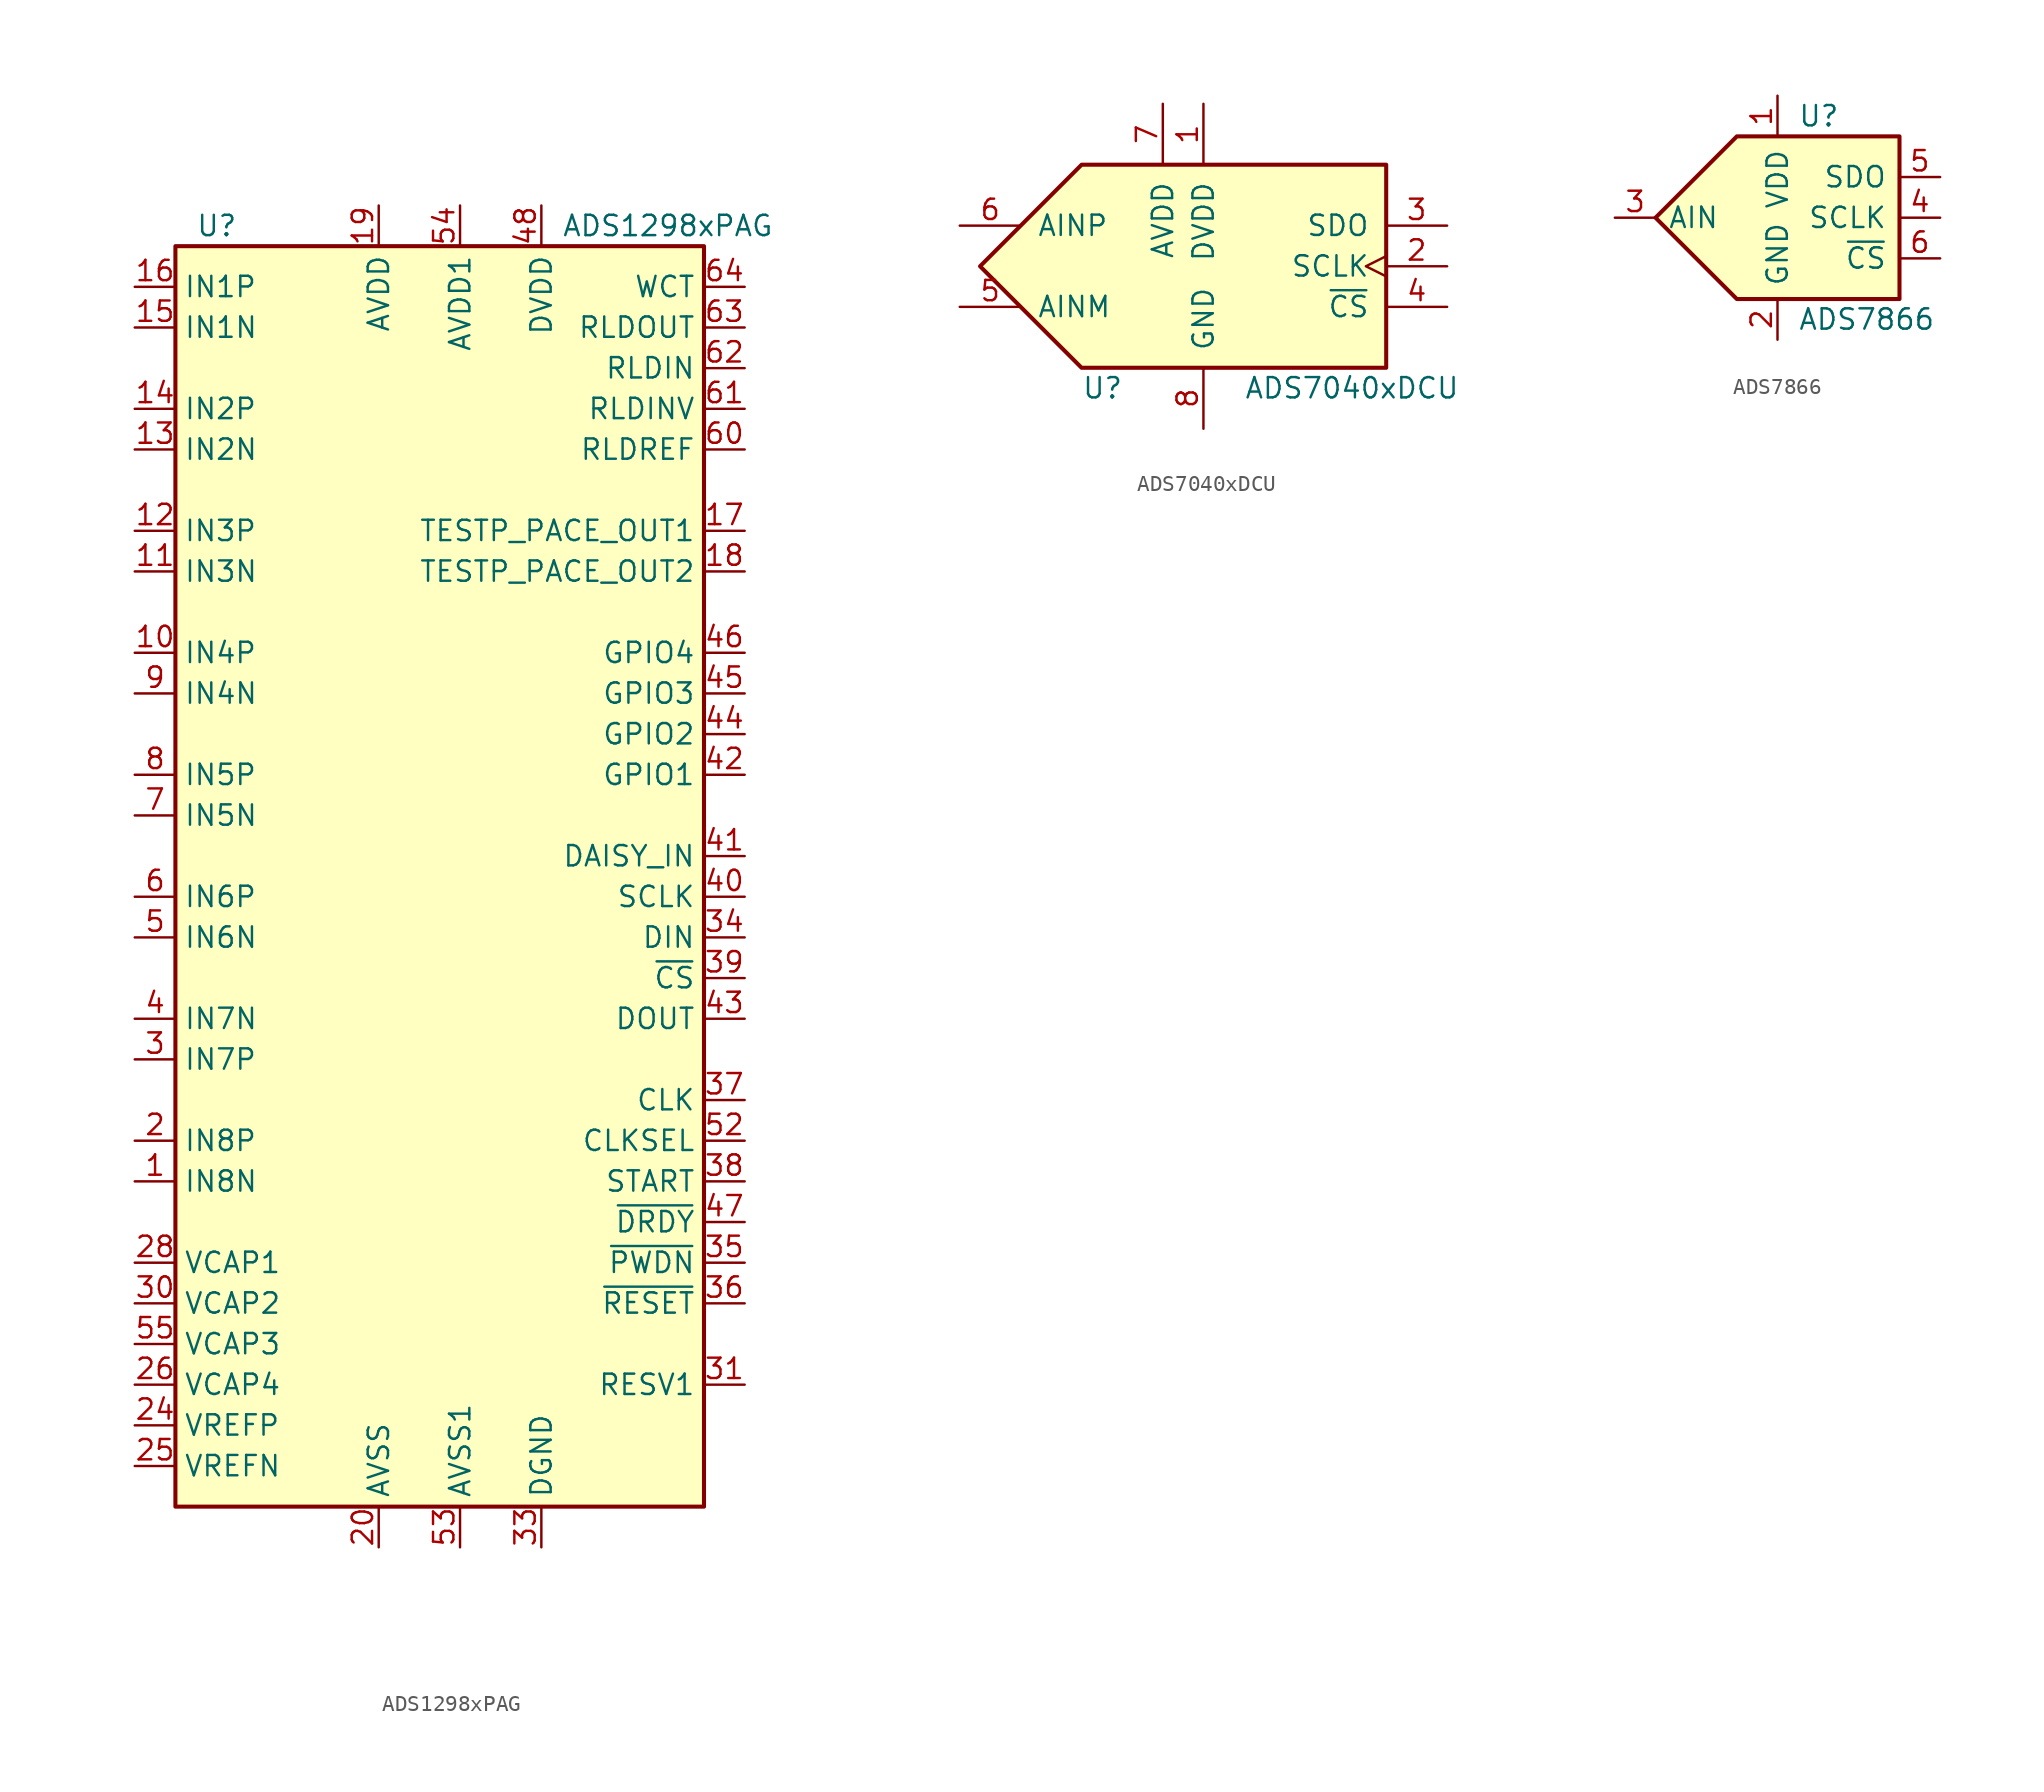
<source format=kicad_sym>
(kicad_symbol_lib
  (version 20211014)
  (generator kicad_symbol_editor)
  (symbol "ADS1298xPAG"
    (property "Reference" "U"
      (at -16.51 44.45 0)
      (effects (font (size 1.27 1.27)) (justify left)))
    (property "Value" "ADS1298xPAG"
      (at 6.35 44.45 0)
      (effects (font (size 1.27 1.27)) (justify left)))
    (symbol "ADS1298xPAG_0_1"
      (rectangle (start -17.78 43.18) (end 15.24 -35.56) (stroke (width 0.254) (type default) (color 0 0 0 0)) (fill (type background))))
    (symbol "ADS1298xPAG_1_1"
      (pin input line (at -20.32 -15.24 0) (length 2.54) (name "IN8N" (effects (font (size 1.27 1.27)))) (number "1" (effects (font (size 1.27 1.27)))))
      (pin input line (at -20.32 17.78 0) (length 2.54) (name "IN4P" (effects (font (size 1.27 1.27)))) (number "10" (effects (font (size 1.27 1.27)))))
      (pin input line (at -20.32 22.86 0) (length 2.54) (name "IN3N" (effects (font (size 1.27 1.27)))) (number "11" (effects (font (size 1.27 1.27)))))
      (pin input line (at -20.32 25.4 0) (length 2.54) (name "IN3P" (effects (font (size 1.27 1.27)))) (number "12" (effects (font (size 1.27 1.27)))))
      (pin input line (at -20.32 30.48 0) (length 2.54) (name "IN2N" (effects (font (size 1.27 1.27)))) (number "13" (effects (font (size 1.27 1.27)))))
      (pin input line (at -20.32 33.02 0) (length 2.54) (name "IN2P" (effects (font (size 1.27 1.27)))) (number "14" (effects (font (size 1.27 1.27)))))
      (pin input line (at -20.32 38.1 0) (length 2.54) (name "IN1N" (effects (font (size 1.27 1.27)))) (number "15" (effects (font (size 1.27 1.27)))))
      (pin input line (at -20.32 40.64 0) (length 2.54) (name "IN1P" (effects (font (size 1.27 1.27)))) (number "16" (effects (font (size 1.27 1.27)))))
      (pin bidirectional line (at 17.78 25.4 180) (length 2.54) (name "TESTP_PACE_OUT1" (effects (font (size 1.27 1.27)))) (number "17" (effects (font (size 1.27 1.27)))))
      (pin bidirectional line (at 17.78 22.86 180) (length 2.54) (name "TESTP_PACE_OUT2" (effects (font (size 1.27 1.27)))) (number "18" (effects (font (size 1.27 1.27)))))
      (pin power_in line (at -5.08 45.72 270) (length 2.54) (name "AVDD" (effects (font (size 1.27 1.27)))) (number "19" (effects (font (size 1.27 1.27)))))
      (pin input line (at -20.32 -12.7 0) (length 2.54) (name "IN8P" (effects (font (size 1.27 1.27)))) (number "2" (effects (font (size 1.27 1.27)))))
      (pin power_in line (at -5.08 -38.1 90) (length 2.54) (name "AVSS" (effects (font (size 1.27 1.27)))) (number "20" (effects (font (size 1.27 1.27)))))
      (pin passive line (at -5.08 45.72 270) (length 2.54) hide (name "AVDD" (effects (font (size 1.27 1.27)))) (number "21" (effects (font (size 1.27 1.27)))))
      (pin passive line (at -5.08 45.72 270) (length 2.54) hide (name "AVDD" (effects (font (size 1.27 1.27)))) (number "22" (effects (font (size 1.27 1.27)))))
      (pin passive line (at -5.08 -38.1 90) (length 2.54) hide (name "AVSS" (effects (font (size 1.27 1.27)))) (number "23" (effects (font (size 1.27 1.27)))))
      (pin passive line (at -20.32 -30.48 0) (length 2.54) (name "VREFP" (effects (font (size 1.27 1.27)))) (number "24" (effects (font (size 1.27 1.27)))))
      (pin passive line (at -20.32 -33.02 0) (length 2.54) (name "VREFN" (effects (font (size 1.27 1.27)))) (number "25" (effects (font (size 1.27 1.27)))))
      (pin passive line (at -20.32 -27.94 0) (length 2.54) (name "VCAP4" (effects (font (size 1.27 1.27)))) (number "26" (effects (font (size 1.27 1.27)))))
      (pin no_connect line (at 15.24 -30.48 180) (length 2.54) hide (name "NC" (effects (font (size 1.27 1.27)))) (number "27" (effects (font (size 1.27 1.27)))))
      (pin passive line (at -20.32 -20.32 0) (length 2.54) (name "VCAP1" (effects (font (size 1.27 1.27)))) (number "28" (effects (font (size 1.27 1.27)))))
      (pin no_connect line (at 15.24 -33.02 180) (length 2.54) hide (name "NC" (effects (font (size 1.27 1.27)))) (number "29" (effects (font (size 1.27 1.27)))))
      (pin input line (at -20.32 -7.62 0) (length 2.54) (name "IN7P" (effects (font (size 1.27 1.27)))) (number "3" (effects (font (size 1.27 1.27)))))
      (pin passive line (at -20.32 -22.86 0) (length 2.54) (name "VCAP2" (effects (font (size 1.27 1.27)))) (number "30" (effects (font (size 1.27 1.27)))))
      (pin input line (at 17.78 -27.94 180) (length 2.54) (name "RESV1" (effects (font (size 1.27 1.27)))) (number "31" (effects (font (size 1.27 1.27)))))
      (pin passive line (at -5.08 -38.1 90) (length 2.54) hide (name "AVSS" (effects (font (size 1.27 1.27)))) (number "32" (effects (font (size 1.27 1.27)))))
      (pin power_in line (at 5.08 -38.1 90) (length 2.54) (name "DGND" (effects (font (size 1.27 1.27)))) (number "33" (effects (font (size 1.27 1.27)))))
      (pin input line (at 17.78 0 180) (length 2.54) (name "DIN" (effects (font (size 1.27 1.27)))) (number "34" (effects (font (size 1.27 1.27)))))
      (pin input line (at 17.78 -20.32 180) (length 2.54) (name "~{PWDN}" (effects (font (size 1.27 1.27)))) (number "35" (effects (font (size 1.27 1.27)))))
      (pin input line (at 17.78 -22.86 180) (length 2.54) (name "~{RESET}" (effects (font (size 1.27 1.27)))) (number "36" (effects (font (size 1.27 1.27)))))
      (pin bidirectional line (at 17.78 -10.16 180) (length 2.54) (name "CLK" (effects (font (size 1.27 1.27)))) (number "37" (effects (font (size 1.27 1.27)))))
      (pin input line (at 17.78 -15.24 180) (length 2.54) (name "START" (effects (font (size 1.27 1.27)))) (number "38" (effects (font (size 1.27 1.27)))))
      (pin input line (at 17.78 -2.54 180) (length 2.54) (name "~{CS}" (effects (font (size 1.27 1.27)))) (number "39" (effects (font (size 1.27 1.27)))))
      (pin input line (at -20.32 -5.08 0) (length 2.54) (name "IN7N" (effects (font (size 1.27 1.27)))) (number "4" (effects (font (size 1.27 1.27)))))
      (pin input line (at 17.78 2.54 180) (length 2.54) (name "SCLK" (effects (font (size 1.27 1.27)))) (number "40" (effects (font (size 1.27 1.27)))))
      (pin input line (at 17.78 5.08 180) (length 2.54) (name "DAISY_IN" (effects (font (size 1.27 1.27)))) (number "41" (effects (font (size 1.27 1.27)))))
      (pin bidirectional line (at 17.78 10.16 180) (length 2.54) (name "GPIO1" (effects (font (size 1.27 1.27)))) (number "42" (effects (font (size 1.27 1.27)))))
      (pin output line (at 17.78 -5.08 180) (length 2.54) (name "DOUT" (effects (font (size 1.27 1.27)))) (number "43" (effects (font (size 1.27 1.27)))))
      (pin bidirectional line (at 17.78 12.7 180) (length 2.54) (name "GPIO2" (effects (font (size 1.27 1.27)))) (number "44" (effects (font (size 1.27 1.27)))))
      (pin bidirectional line (at 17.78 15.24 180) (length 2.54) (name "GPIO3" (effects (font (size 1.27 1.27)))) (number "45" (effects (font (size 1.27 1.27)))))
      (pin bidirectional line (at 17.78 17.78 180) (length 2.54) (name "GPIO4" (effects (font (size 1.27 1.27)))) (number "46" (effects (font (size 1.27 1.27)))))
      (pin output line (at 17.78 -17.78 180) (length 2.54) (name "~{DRDY}" (effects (font (size 1.27 1.27)))) (number "47" (effects (font (size 1.27 1.27)))))
      (pin power_in line (at 5.08 45.72 270) (length 2.54) (name "DVDD" (effects (font (size 1.27 1.27)))) (number "48" (effects (font (size 1.27 1.27)))))
      (pin passive line (at 5.08 -38.1 90) (length 2.54) hide (name "DGND" (effects (font (size 1.27 1.27)))) (number "49" (effects (font (size 1.27 1.27)))))
      (pin input line (at -20.32 0 0) (length 2.54) (name "IN6N" (effects (font (size 1.27 1.27)))) (number "5" (effects (font (size 1.27 1.27)))))
      (pin passive line (at 5.08 45.72 270) (length 2.54) hide (name "DVDD" (effects (font (size 1.27 1.27)))) (number "50" (effects (font (size 1.27 1.27)))))
      (pin passive line (at 5.08 -38.1 90) (length 2.54) hide (name "DGND" (effects (font (size 1.27 1.27)))) (number "51" (effects (font (size 1.27 1.27)))))
      (pin input line (at 17.78 -12.7 180) (length 2.54) (name "CLKSEL" (effects (font (size 1.27 1.27)))) (number "52" (effects (font (size 1.27 1.27)))))
      (pin power_in line (at 0 -38.1 90) (length 2.54) (name "AVSS1" (effects (font (size 1.27 1.27)))) (number "53" (effects (font (size 1.27 1.27)))))
      (pin power_in line (at 0 45.72 270) (length 2.54) (name "AVDD1" (effects (font (size 1.27 1.27)))) (number "54" (effects (font (size 1.27 1.27)))))
      (pin passive line (at -20.32 -25.4 0) (length 2.54) (name "VCAP3" (effects (font (size 1.27 1.27)))) (number "55" (effects (font (size 1.27 1.27)))))
      (pin passive line (at -5.08 45.72 270) (length 2.54) hide (name "AVDD" (effects (font (size 1.27 1.27)))) (number "56" (effects (font (size 1.27 1.27)))))
      (pin passive line (at -5.08 -38.1 90) (length 2.54) hide (name "AVSS" (effects (font (size 1.27 1.27)))) (number "57" (effects (font (size 1.27 1.27)))))
      (pin passive line (at -5.08 -38.1 90) (length 2.54) hide (name "AVSS" (effects (font (size 1.27 1.27)))) (number "58" (effects (font (size 1.27 1.27)))))
      (pin passive line (at -5.08 45.72 270) (length 2.54) hide (name "AVDD" (effects (font (size 1.27 1.27)))) (number "59" (effects (font (size 1.27 1.27)))))
      (pin input line (at -20.32 2.54 0) (length 2.54) (name "IN6P" (effects (font (size 1.27 1.27)))) (number "6" (effects (font (size 1.27 1.27)))))
      (pin input line (at 17.78 30.48 180) (length 2.54) (name "RLDREF" (effects (font (size 1.27 1.27)))) (number "60" (effects (font (size 1.27 1.27)))))
      (pin input line (at 17.78 33.02 180) (length 2.54) (name "RLDINV" (effects (font (size 1.27 1.27)))) (number "61" (effects (font (size 1.27 1.27)))))
      (pin input line (at 17.78 35.56 180) (length 2.54) (name "RLDIN" (effects (font (size 1.27 1.27)))) (number "62" (effects (font (size 1.27 1.27)))))
      (pin output line (at 17.78 38.1 180) (length 2.54) (name "RLDOUT" (effects (font (size 1.27 1.27)))) (number "63" (effects (font (size 1.27 1.27)))))
      (pin output line (at 17.78 40.64 180) (length 2.54) (name "WCT" (effects (font (size 1.27 1.27)))) (number "64" (effects (font (size 1.27 1.27)))))
      (pin input line (at -20.32 7.62 0) (length 2.54) (name "IN5N" (effects (font (size 1.27 1.27)))) (number "7" (effects (font (size 1.27 1.27)))))
      (pin input line (at -20.32 10.16 0) (length 2.54) (name "IN5P" (effects (font (size 1.27 1.27)))) (number "8" (effects (font (size 1.27 1.27)))))
      (pin input line (at -20.32 15.24 0) (length 2.54) (name "IN4N" (effects (font (size 1.27 1.27)))) (number "9" (effects (font (size 1.27 1.27)))))))
  (symbol "ADS7040xDCU"
    (pin_names
      (offset 1.016))
    (property "Reference" "U"
      (at -7.62 -7.62 0)
      (effects (font (size 1.27 1.27)) (justify left)))
    (property "Value" "ADS7040xDCU"
      (at 2.54 -7.62 0)
      (effects (font (size 1.27 1.27)) (justify left)))
    (symbol "ADS7040xDCU_0_1"
      (polyline (pts (xy -13.97 0) (xy -7.62 6.35) (xy 11.43 6.35) (xy 11.43 -6.35) (xy -7.62 -6.35) (xy -13.97 0)) (stroke (width 0.254) (type default) (color 0 0 0 0)) (fill (type background))))
    (symbol "ADS7040xDCU_1_1"
      (pin power_in line (at 0 10.16 270) (length 3.81) (name "DVDD" (effects (font (size 1.27 1.27)))) (number "1" (effects (font (size 1.27 1.27)))))
      (pin input clock (at 15.24 0 180) (length 3.81) (name "SCLK" (effects (font (size 1.27 1.27)))) (number "2" (effects (font (size 1.27 1.27)))))
      (pin output line (at 15.24 2.54 180) (length 3.81) (name "SDO" (effects (font (size 1.27 1.27)))) (number "3" (effects (font (size 1.27 1.27)))))
      (pin input line (at 15.24 -2.54 180) (length 3.81) (name "~{CS}" (effects (font (size 1.27 1.27)))) (number "4" (effects (font (size 1.27 1.27)))))
      (pin input line (at -15.24 -2.54 0) (length 3.81) (name "AINM" (effects (font (size 1.27 1.27)))) (number "5" (effects (font (size 1.27 1.27)))))
      (pin input line (at -15.24 2.54 0) (length 3.81) (name "AINP" (effects (font (size 1.27 1.27)))) (number "6" (effects (font (size 1.27 1.27)))))
      (pin power_in line (at -2.54 10.16 270) (length 3.81) (name "AVDD" (effects (font (size 1.27 1.27)))) (number "7" (effects (font (size 1.27 1.27)))))
      (pin power_in line (at 0 -10.16 90) (length 3.81) (name "GND" (effects (font (size 1.27 1.27)))) (number "8" (effects (font (size 1.27 1.27)))))))
  (symbol "ADS7866"
    (pin_names
      (offset 0.762))
    (property "Reference" "U"
      (at 1.27 6.35 0)
      (effects (font (size 1.27 1.27)) (justify left)))
    (property "Value" "ADS7866"
      (at 1.27 -6.35 0)
      (effects (font (size 1.27 1.27)) (justify left)))
    (symbol "ADS7866_0_1"
      (polyline (pts (xy -2.54 5.08) (xy 7.62 5.08) (xy 7.62 -5.08) (xy -2.54 -5.08) (xy -7.62 0) (xy -2.54 5.08)) (stroke (width 0.254) (type default) (color 0 0 0 0)) (fill (type background))))
    (symbol "ADS7866_1_1"
      (pin power_in line (at 0 7.62 270) (length 2.54) (name "VDD" (effects (font (size 1.27 1.27)))) (number "1" (effects (font (size 1.27 1.27)))))
      (pin power_in line (at 0 -7.62 90) (length 2.54) (name "GND" (effects (font (size 1.27 1.27)))) (number "2" (effects (font (size 1.27 1.27)))))
      (pin input line (at -10.16 0 0) (length 2.54) (name "AIN" (effects (font (size 1.27 1.27)))) (number "3" (effects (font (size 1.27 1.27)))))
      (pin input line (at 10.16 0 180) (length 2.54) (name "SCLK" (effects (font (size 1.27 1.27)))) (number "4" (effects (font (size 1.27 1.27)))))
      (pin tri_state line (at 10.16 2.54 180) (length 2.54) (name "SDO" (effects (font (size 1.27 1.27)))) (number "5" (effects (font (size 1.27 1.27)))))
      (pin input line (at 10.16 -2.54 180) (length 2.54) (name "~{CS}" (effects (font (size 1.27 1.27)))) (number "6" (effects (font (size 1.27 1.27))))))))
</source>
